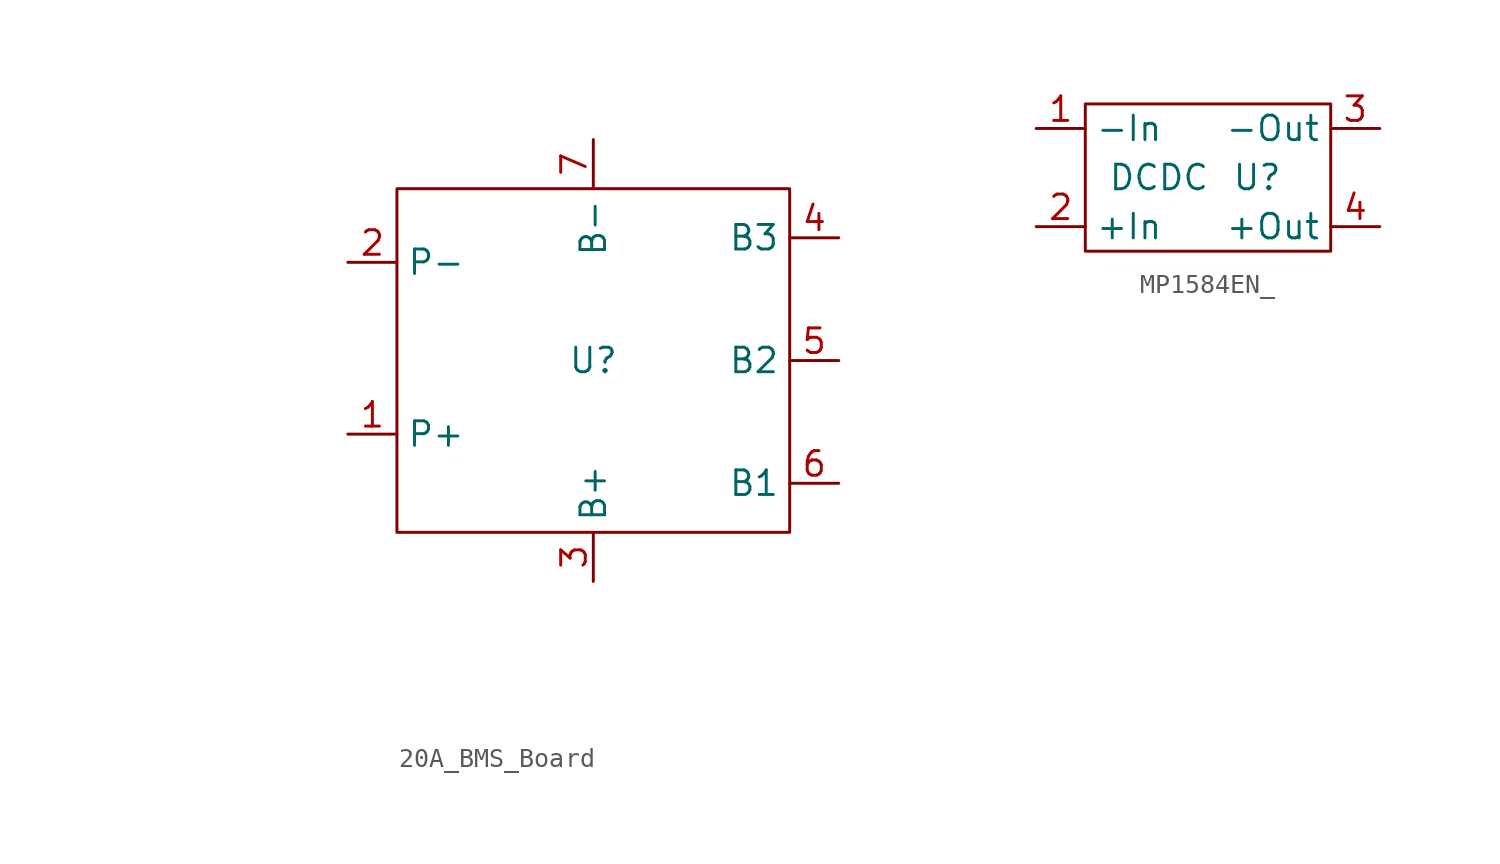
<source format=kicad_sym>
(kicad_symbol_lib
  (version 20220914)
  (generator kicad_symbol_editor)
  (symbol "20A_BMS_Board"
    (property "Reference" "U"
      (at 0 2.54 0)
      (effects (font (size 1.27 1.27))))
    (property "Value" ""
      (at -22.86 -13.97 0)
      (effects (font (size 1.27 1.27))))
    (symbol "20A_BMS_Board_0_0"
      (pin bidirectional line (at -12.7 -1.27 0) (length 2.54) (name "P+" (effects (font (size 1.27 1.27)))) (number "1" (effects (font (size 1.27 1.27)))))
      (pin bidirectional line (at -12.7 7.62 0) (length 2.54) (name "P-" (effects (font (size 1.27 1.27)))) (number "2" (effects (font (size 1.27 1.27)))))
      (pin bidirectional line (at 0 -8.89 90) (length 2.54) (name "B+" (effects (font (size 1.27 1.27)))) (number "3" (effects (font (size 1.27 1.27)))))
      (pin bidirectional line (at 12.7 8.89 180) (length 2.54) (name "B3" (effects (font (size 1.27 1.27)))) (number "4" (effects (font (size 1.27 1.27)))))
      (pin bidirectional line (at 12.7 2.54 180) (length 2.54) (name "B2" (effects (font (size 1.27 1.27)))) (number "5" (effects (font (size 1.27 1.27)))))
      (pin bidirectional line (at 12.7 -3.81 180) (length 2.54) (name "B1" (effects (font (size 1.27 1.27)))) (number "6" (effects (font (size 1.27 1.27)))))
      (pin bidirectional line (at 0 13.97 270) (length 2.54) (name "B-" (effects (font (size 1.27 1.27)))) (number "7" (effects (font (size 1.27 1.27))))))
    (symbol "20A_BMS_Board_1_1"
      (rectangle (start -10.16 11.43) (end 10.16 -6.35) (stroke (width 0) (type default)) (fill (type none)))))
  (symbol "MP1584EN_"
    (property "Reference" "U"
      (at 2.54 -1.27 0)
      (effects (font (size 1.27 1.27))))
    (property "Value" "DCDC"
      (at -2.54 -1.27 0)
      (effects (font (size 1.27 1.27))))
    (symbol "MP1584EN__0_0"
      (pin power_in line (at -8.89 1.27 0) (length 2.54) (name "-In" (effects (font (size 1.27 1.27)))) (number "1" (effects (font (size 1.27 1.27)))))
      (pin power_in line (at -8.89 -3.81 0) (length 2.54) (name "+In" (effects (font (size 1.27 1.27)))) (number "2" (effects (font (size 1.27 1.27)))))
      (pin power_in line (at 8.89 1.27 180) (length 2.54) (name "-Out" (effects (font (size 1.27 1.27)))) (number "3" (effects (font (size 1.27 1.27)))))
      (pin power_out line (at 8.89 -3.81 180) (length 2.54) (name "+Out" (effects (font (size 1.27 1.27)))) (number "4" (effects (font (size 1.27 1.27))))))
    (symbol "MP1584EN__0_1"
      (rectangle (start -6.35 2.54) (end 6.35 -5.08) (stroke (width 0) (type default)) (fill (type none))))))
</source>
